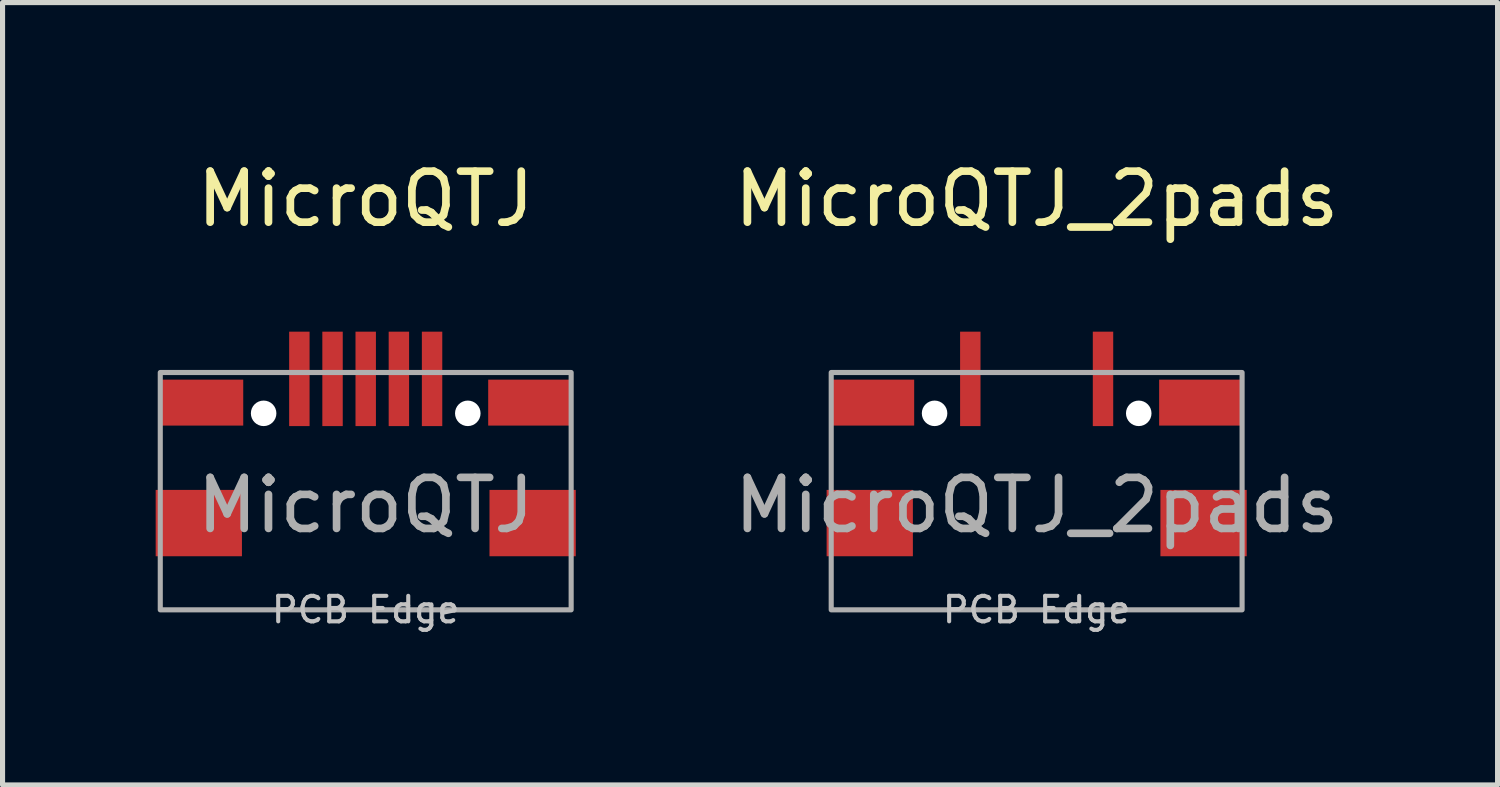
<source format=kicad_pcb>
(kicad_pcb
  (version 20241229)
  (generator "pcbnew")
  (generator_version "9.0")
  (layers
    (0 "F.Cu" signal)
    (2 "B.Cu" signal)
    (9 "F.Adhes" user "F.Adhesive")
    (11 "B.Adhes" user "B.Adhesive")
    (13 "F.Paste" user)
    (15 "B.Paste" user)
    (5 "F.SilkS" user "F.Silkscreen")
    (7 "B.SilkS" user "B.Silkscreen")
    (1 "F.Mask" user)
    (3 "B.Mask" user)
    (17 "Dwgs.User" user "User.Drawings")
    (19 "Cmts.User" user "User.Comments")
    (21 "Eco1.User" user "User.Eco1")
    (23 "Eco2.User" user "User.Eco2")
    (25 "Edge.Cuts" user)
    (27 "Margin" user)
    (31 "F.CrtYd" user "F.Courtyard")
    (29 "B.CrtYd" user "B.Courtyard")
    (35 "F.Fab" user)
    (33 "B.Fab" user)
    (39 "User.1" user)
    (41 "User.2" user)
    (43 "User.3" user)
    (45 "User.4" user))
  (footprint "MicroQTJ"
    (layer "F.Cu")
    (at 4.115 7.848)
    (property "Reference" "MicroQTJ" (at 0 -7 0) (unlocked yes) (layer "F.SilkS") (effects (font (size 1 1) (thickness 0.15))))
    (attr smd)
    (fp_rect (start -4.025 -3.6) (end 4.025 1.05) (stroke (width 0.1) (type solid)) (fill no) (layer "F.Fab"))
    (fp_text user "PCB Edge" (at 0 1.048 0) (layer "Dwgs.User") (effects (font (size 0.5 0.5) (thickness 0.08))))
    (fp_text user "${REFERENCE}" (at 0 -1 0) (unlocked yes) (layer "F.Fab") (effects (font (size 1 1) (thickness 0.15))))
    (pad "" np_thru_hole circle (at -2 -2.8) (size 0.5 0.5) (drill 0.5) (layers "*.Cu" "*.Mask"))
    (pad "" np_thru_hole circle (at 2 -2.8) (size 0.5 0.5) (drill 0.5) (layers "*.Cu" "*.Mask"))
    (pad "1" smd rect (at -1.3 -3.475) (size 0.4 1.85) (layers "F.Cu" "F.Mask" "F.Paste"))
    (pad "2" smd rect (at -0.65 -3.475) (size 0.4 1.85) (layers "F.Cu" "F.Mask" "F.Paste"))
    (pad "3" smd rect (at 0 -3.475) (size 0.4 1.85) (layers "F.Cu" "F.Mask" "F.Paste"))
    (pad "4" smd rect (at 0.65 -3.475) (size 0.4 1.85) (layers "F.Cu" "F.Mask" "F.Paste"))
    (pad "5" smd rect (at 1.3 -3.475) (size 0.4 1.85) (layers "F.Cu" "F.Mask" "F.Paste"))
    (pad "6" smd rect (at -3.27 -0.65) (size 1.69 1.3) (layers "F.Cu" "F.Mask" "F.Paste"))
    (pad "6" smd rect (at -3.212 -3.01) (size 1.625 0.9) (layers "F.Cu" "F.Mask" "F.Paste"))
    (pad "6" smd rect (at 3.212 -3.01) (size 1.625 0.9) (layers "F.Cu" "F.Mask" "F.Paste"))
    (pad "6" smd rect (at 3.27 -0.65) (size 1.69 1.3) (layers "F.Cu" "F.Mask" "F.Paste")))
  (footprint "MicroQTJ_2pads"
    (layer "F.Cu")
    (at 17.26 7.848)
    (property "Reference" "MicroQTJ_2pads" (at 0 -7 0) (unlocked yes) (layer "F.SilkS") (effects (font (size 1 1) (thickness 0.15))))
    (attr smd)
    (fp_rect (start -4.025 -3.6) (end 4.025 1.05) (stroke (width 0.1) (type solid)) (fill no) (layer "F.Fab"))
    (fp_text user "PCB Edge" (at 0 1.048 0) (layer "Dwgs.User") (effects (font (size 0.5 0.5) (thickness 0.08))))
    (fp_text user "${REFERENCE}" (at 0 -1 0) (unlocked yes) (layer "F.Fab") (effects (font (size 1 1) (thickness 0.15))))
    (pad "" np_thru_hole circle (at -2 -2.8) (size 0.5 0.5) (drill 0.5) (layers "*.Cu" "*.Mask"))
    (pad "" np_thru_hole circle (at 2 -2.8) (size 0.5 0.5) (drill 0.5) (layers "*.Cu" "*.Mask"))
    (pad "1" smd rect (at -1.3 -3.475) (size 0.4 1.85) (layers "F.Cu" "F.Mask" "F.Paste"))
    (pad "5" smd rect (at 1.3 -3.475) (size 0.4 1.85) (layers "F.Cu" "F.Mask" "F.Paste"))
    (pad "6" smd rect (at -3.27 -0.65) (size 1.69 1.3) (layers "F.Cu" "F.Mask" "F.Paste"))
    (pad "6" smd rect (at -3.212 -3.01) (size 1.625 0.9) (layers "F.Cu" "F.Mask" "F.Paste"))
    (pad "6" smd rect (at 3.212 -3.01) (size 1.625 0.9) (layers "F.Cu" "F.Mask" "F.Paste"))
    (pad "6" smd rect (at 3.27 -0.65) (size 1.69 1.3) (layers "F.Cu" "F.Mask" "F.Paste")))
  (gr_rect
    (start -3 -3)
    (end 26.29 12.329)
    (stroke (width 0.1) (type default))
    (fill no)
    (layer "Edge.Cuts")))
</source>
